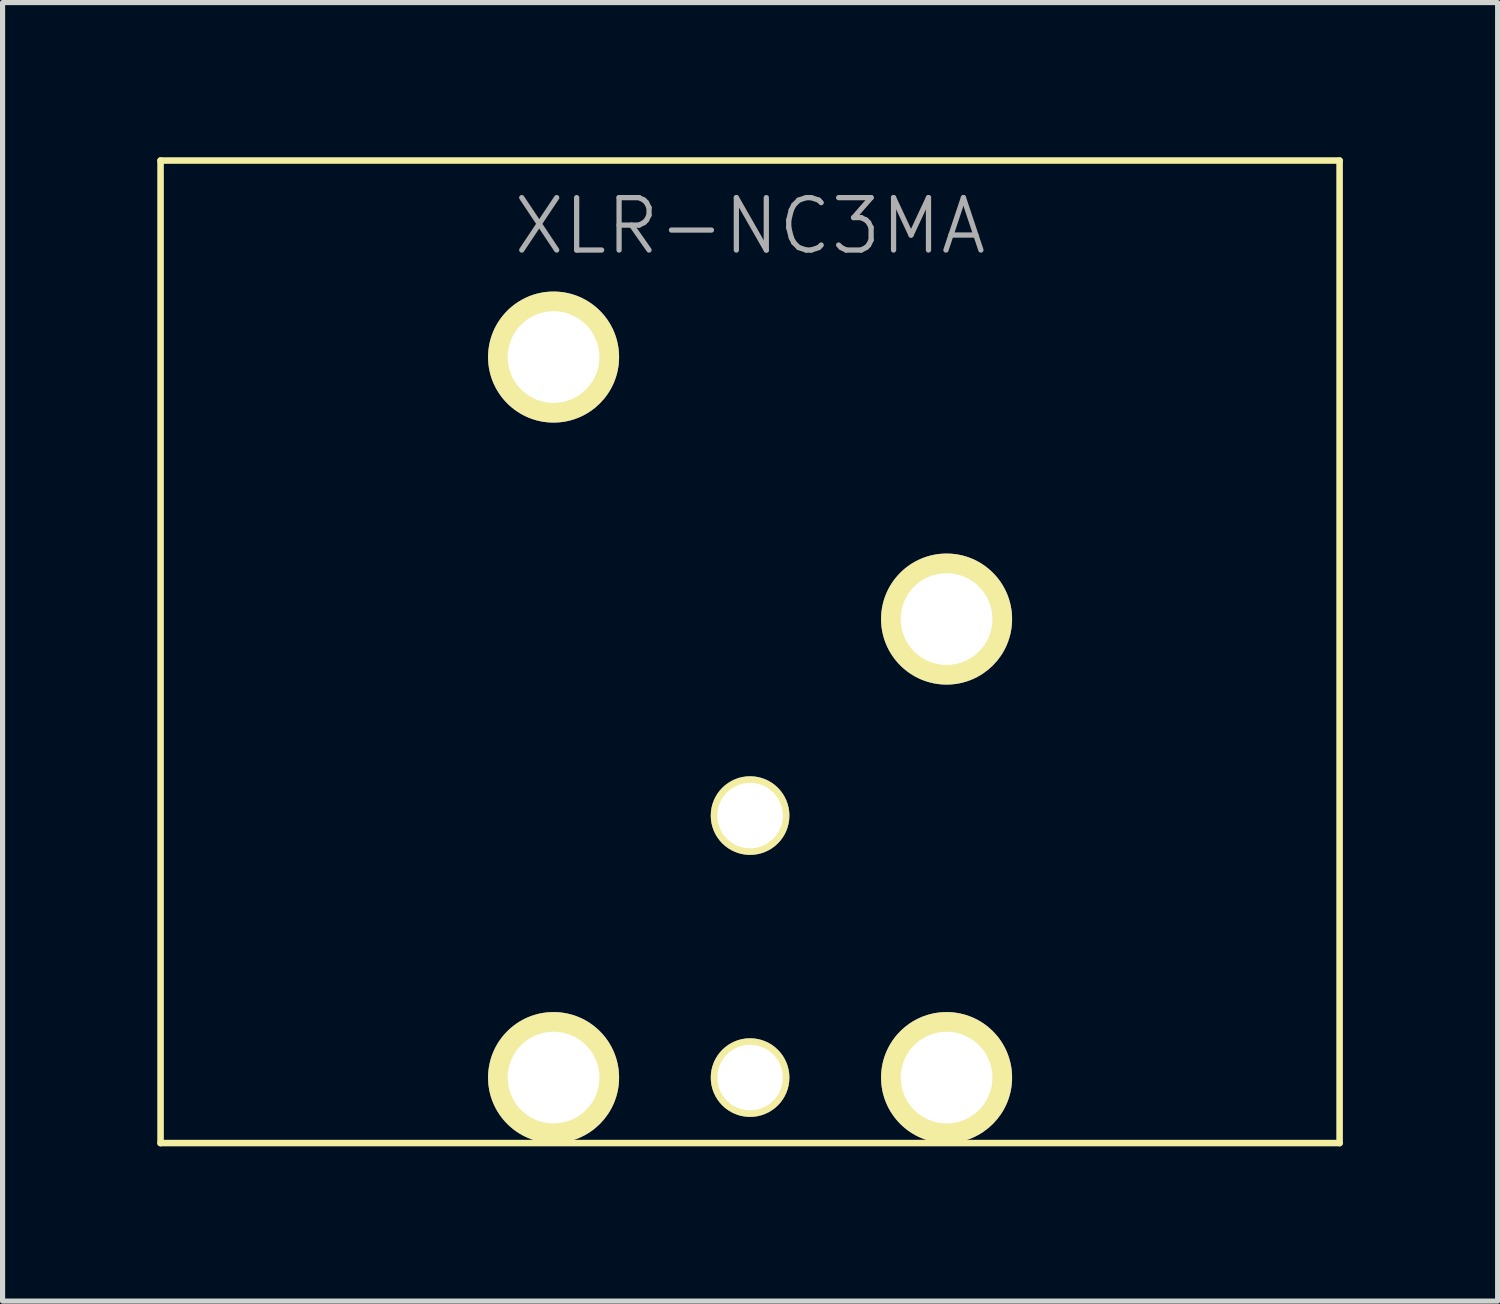
<source format=kicad_pcb>
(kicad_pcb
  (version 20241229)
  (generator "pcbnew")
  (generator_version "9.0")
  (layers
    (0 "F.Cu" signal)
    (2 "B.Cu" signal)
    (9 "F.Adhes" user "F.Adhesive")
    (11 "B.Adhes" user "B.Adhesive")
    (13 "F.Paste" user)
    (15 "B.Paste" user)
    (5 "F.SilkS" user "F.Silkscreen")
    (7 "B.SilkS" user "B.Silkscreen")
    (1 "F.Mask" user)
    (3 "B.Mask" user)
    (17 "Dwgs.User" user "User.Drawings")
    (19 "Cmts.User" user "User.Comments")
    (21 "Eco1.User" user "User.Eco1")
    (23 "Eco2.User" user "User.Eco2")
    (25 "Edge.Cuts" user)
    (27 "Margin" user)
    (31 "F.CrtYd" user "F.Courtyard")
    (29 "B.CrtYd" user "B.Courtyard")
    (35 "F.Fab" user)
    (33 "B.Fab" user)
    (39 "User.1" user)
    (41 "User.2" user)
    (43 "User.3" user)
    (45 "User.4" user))
  (footprint "XLR-NC3MA"
    (layer "F.Cu")
    (at 11.493 9.588)
    (property "Reference" "XLR-NC3MA" (at 0 -8.255 0) (layer "F.Fab") (effects (font (size 1.016 1.016) (thickness 0.102))))
    (attr through_hole)
    (fp_line (start -11.43 -9.525) (end -11.43 9.525) (stroke (width 0.127) (type solid)) (layer "F.SilkS"))
    (fp_line (start -11.43 -9.525) (end 11.43 -9.525) (stroke (width 0.127) (type solid)) (layer "F.SilkS"))
    (fp_line (start -11.43 9.525) (end 11.43 9.525) (stroke (width 0.127) (type solid)) (layer "F.SilkS"))
    (fp_line (start 11.43 9.525) (end 11.43 -9.525) (stroke (width 0.127) (type solid)) (layer "F.SilkS"))
    (pad "1" thru_hole circle (at 3.81 8.255) (size 2.54 2.54) (drill 1.778) (layers "*.Cu" "*.Mask" "F.SilkS"))
    (pad "2" thru_hole circle (at -3.81 8.255) (size 2.54 2.54) (drill 1.778) (layers "*.Cu" "*.Mask" "F.SilkS"))
    (pad "3" thru_hole circle (at 0 8.255) (size 1.524 1.524) (drill 1.27) (layers "*.Cu" "*.Mask" "F.SilkS"))
    (pad "4" thru_hole circle (at 0 3.175) (size 1.524 1.524) (drill 1.27) (layers "*.Cu" "*.Mask" "F.SilkS"))
    (pad "Hole" thru_hole circle (at -3.81 -5.715) (size 2.54 2.54) (drill 1.778) (layers "*.Cu" "*.Mask" "F.SilkS"))
    (pad "Hole" thru_hole circle (at 3.81 -0.635) (size 2.54 2.54) (drill 1.778) (layers "*.Cu" "*.Mask" "F.SilkS")))
  (gr_rect
    (start -3 -3)
    (end 25.987 22.177)
    (stroke (width 0.1) (type default))
    (fill no)
    (layer "Edge.Cuts")))
</source>
